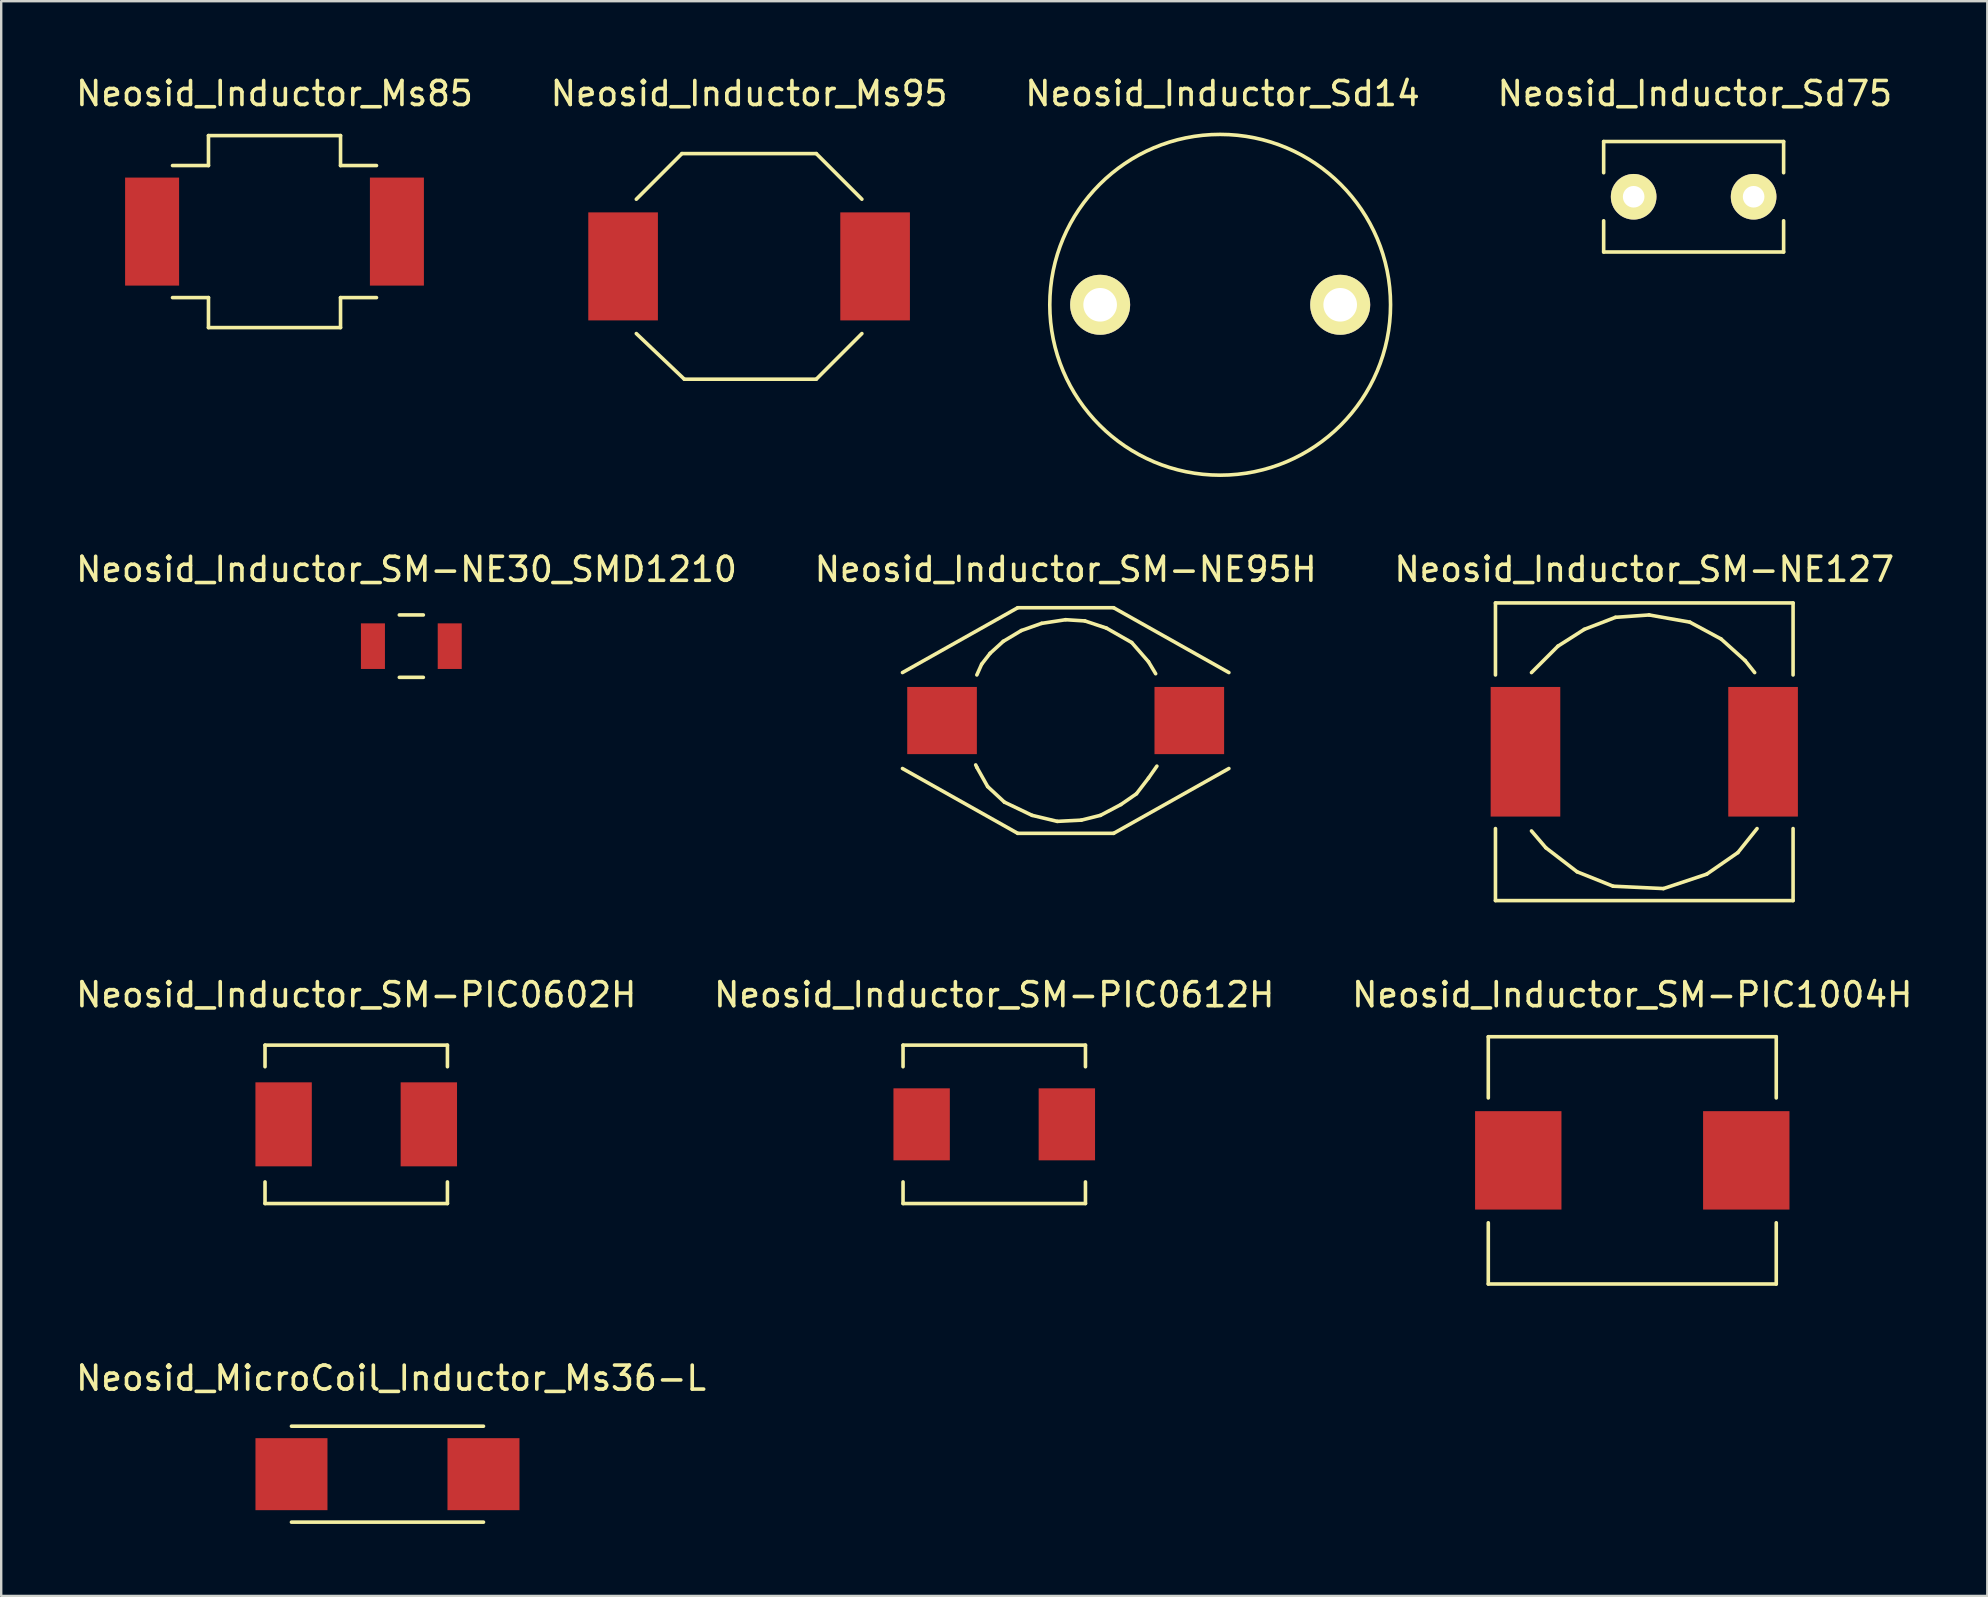
<source format=kicad_pcb>
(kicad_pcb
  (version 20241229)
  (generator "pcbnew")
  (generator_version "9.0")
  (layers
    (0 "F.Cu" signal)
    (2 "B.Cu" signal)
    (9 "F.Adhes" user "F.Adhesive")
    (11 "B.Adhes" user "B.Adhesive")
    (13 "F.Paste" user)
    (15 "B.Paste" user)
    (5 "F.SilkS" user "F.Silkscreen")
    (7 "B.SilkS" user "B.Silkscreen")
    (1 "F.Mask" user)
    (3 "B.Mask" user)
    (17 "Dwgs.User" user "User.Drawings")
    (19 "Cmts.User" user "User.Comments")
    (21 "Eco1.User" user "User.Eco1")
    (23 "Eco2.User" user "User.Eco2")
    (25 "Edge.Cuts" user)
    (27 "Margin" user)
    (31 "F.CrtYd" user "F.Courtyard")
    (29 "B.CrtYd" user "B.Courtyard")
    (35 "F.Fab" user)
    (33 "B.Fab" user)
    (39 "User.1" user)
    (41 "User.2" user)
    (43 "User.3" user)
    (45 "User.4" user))
  (footprint "Neosid_Inductor_SM-NE95H"
    (layer "F.Cu")
    (at 41.351 26.971)
    (property "Reference" "Neosid_Inductor_SM-NE95H" (at 0 -6.299 0) (layer "F.SilkS") (effects (font (size 1 1) (thickness 0.15))))
    (attr smd)
    (fp_line (start -3.701 -1.9) (end -3.5 -2.349) (stroke (width 0.15) (type solid)) (layer "F.SilkS"))
    (fp_line (start -3.701 1.951) (end -3.749 1.849) (stroke (width 0.15) (type solid)) (layer "F.SilkS"))
    (fp_line (start -3.5 -2.349) (end -3.15 -2.799) (stroke (width 0.15) (type solid)) (layer "F.SilkS"))
    (fp_line (start -3.251 2.751) (end -3.701 1.951) (stroke (width 0.15) (type solid)) (layer "F.SilkS"))
    (fp_line (start -3.15 -2.799) (end -2.601 -3.299) (stroke (width 0.15) (type solid)) (layer "F.SilkS"))
    (fp_line (start -2.601 -3.299) (end -1.849 -3.749) (stroke (width 0.15) (type solid)) (layer "F.SilkS"))
    (fp_line (start -2.55 3.401) (end -3.251 2.751) (stroke (width 0.15) (type solid)) (layer "F.SilkS"))
    (fp_line (start -1.999 -4.699) (end -6.8 -1.999) (stroke (width 0.15) (type solid)) (layer "F.SilkS"))
    (fp_line (start -1.999 4.699) (end -6.8 1.999) (stroke (width 0.15) (type solid)) (layer "F.SilkS"))
    (fp_line (start -1.849 -3.749) (end -1.001 -4.049) (stroke (width 0.15) (type solid)) (layer "F.SilkS"))
    (fp_line (start -1.4 3.95) (end -2.55 3.401) (stroke (width 0.15) (type solid)) (layer "F.SilkS"))
    (fp_line (start -1.001 -4.049) (end 0 -4.201) (stroke (width 0.15) (type solid)) (layer "F.SilkS"))
    (fp_line (start -0.351 4.201) (end -1.4 3.95) (stroke (width 0.15) (type solid)) (layer "F.SilkS"))
    (fp_line (start 0 -4.201) (end 0.8 -4.15) (stroke (width 0.15) (type solid)) (layer "F.SilkS"))
    (fp_line (start 0.65 4.15) (end -0.351 4.201) (stroke (width 0.15) (type solid)) (layer "F.SilkS"))
    (fp_line (start 0.8 -4.15) (end 1.699 -3.851) (stroke (width 0.15) (type solid)) (layer "F.SilkS"))
    (fp_line (start 1.45 3.95) (end 0.65 4.15) (stroke (width 0.15) (type solid)) (layer "F.SilkS"))
    (fp_line (start 1.699 -3.851) (end 2.751 -3.251) (stroke (width 0.15) (type solid)) (layer "F.SilkS"))
    (fp_line (start 1.999 -4.699) (end -1.999 -4.699) (stroke (width 0.15) (type solid)) (layer "F.SilkS"))
    (fp_line (start 1.999 4.699) (end -1.999 4.699) (stroke (width 0.15) (type solid)) (layer "F.SilkS"))
    (fp_line (start 2.301 3.5) (end 1.45 3.95) (stroke (width 0.15) (type solid)) (layer "F.SilkS"))
    (fp_line (start 2.751 -3.251) (end 3.449 -2.451) (stroke (width 0.15) (type solid)) (layer "F.SilkS"))
    (fp_line (start 2.949 3.051) (end 2.301 3.5) (stroke (width 0.15) (type solid)) (layer "F.SilkS"))
    (fp_line (start 3.449 -2.451) (end 3.749 -1.951) (stroke (width 0.15) (type solid)) (layer "F.SilkS"))
    (fp_line (start 3.449 2.4) (end 2.949 3.051) (stroke (width 0.15) (type solid)) (layer "F.SilkS"))
    (fp_line (start 3.8 1.9) (end 3.449 2.4) (stroke (width 0.15) (type solid)) (layer "F.SilkS"))
    (fp_line (start 6.8 -1.999) (end 1.999 -4.699) (stroke (width 0.15) (type solid)) (layer "F.SilkS"))
    (fp_line (start 6.8 1.999) (end 1.999 4.699) (stroke (width 0.15) (type solid)) (layer "F.SilkS"))
    (pad "1" smd rect (at -5.151 0) (size 2.901 2.799) (layers "F.Cu" "F.Mask" "F.Paste"))
    (pad "2" smd rect (at 5.151 0) (size 2.901 2.799) (layers "F.Cu" "F.Mask" "F.Paste")))
  (footprint "Neosid_Inductor_SM-PIC1004H"
    (layer "F.Cu")
    (at 64.958 45.296)
    (property "Reference" "Neosid_Inductor_SM-PIC1004H" (at 0 -6.901 0) (layer "F.SilkS") (effects (font (size 1 1) (thickness 0.15))))
    (attr smd)
    (fp_line (start -5.999 -5.151) (end -5.999 -2.601) (stroke (width 0.15) (type solid)) (layer "F.SilkS"))
    (fp_line (start -5.999 2.601) (end -5.999 5.151) (stroke (width 0.15) (type solid)) (layer "F.SilkS"))
    (fp_line (start -5.999 5.151) (end 5.999 5.151) (stroke (width 0.15) (type solid)) (layer "F.SilkS"))
    (fp_line (start 5.999 -5.151) (end -5.999 -5.151) (stroke (width 0.15) (type solid)) (layer "F.SilkS"))
    (fp_line (start 5.999 -2.601) (end 5.999 -5.151) (stroke (width 0.15) (type solid)) (layer "F.SilkS"))
    (fp_line (start 5.999 5.151) (end 5.999 2.601) (stroke (width 0.15) (type solid)) (layer "F.SilkS"))
    (pad "1" smd rect (at -4.75 0) (size 3.599 4.1) (layers "F.Cu" "F.Mask" "F.Paste"))
    (pad "2" smd rect (at 4.75 0) (size 3.599 4.1) (layers "F.Cu" "F.Mask" "F.Paste")))
  (footprint "Neosid_Inductor_SM-PIC0602H"
    (layer "F.Cu")
    (at 11.792 43.795)
    (property "Reference" "Neosid_Inductor_SM-PIC0602H" (at 0 -5.4 0) (layer "F.SilkS") (effects (font (size 1 1) (thickness 0.15))))
    (attr smd)
    (fp_line (start -3.8 -3.299) (end -3.8 -2.4) (stroke (width 0.15) (type solid)) (layer "F.SilkS"))
    (fp_line (start -3.8 2.4) (end -3.8 3.299) (stroke (width 0.15) (type solid)) (layer "F.SilkS"))
    (fp_line (start -3.8 3.299) (end 3.8 3.299) (stroke (width 0.15) (type solid)) (layer "F.SilkS"))
    (fp_line (start 3.8 -3.299) (end -3.8 -3.299) (stroke (width 0.15) (type solid)) (layer "F.SilkS"))
    (fp_line (start 3.8 -2.4) (end 3.8 -3.299) (stroke (width 0.15) (type solid)) (layer "F.SilkS"))
    (fp_line (start 3.8 3.299) (end 3.8 2.4) (stroke (width 0.15) (type solid)) (layer "F.SilkS"))
    (pad "1" smd rect (at -3.025 0) (size 2.349 3.5) (layers "F.Cu" "F.Mask" "F.Paste"))
    (pad "2" smd rect (at 3.025 0) (size 2.349 3.5) (layers "F.Cu" "F.Mask" "F.Paste")))
  (footprint "Neosid_Inductor_Sd14"
    (layer "F.Cu")
    (at 47.788 9.649)
    (property "Reference" "Neosid_Inductor_Sd14" (at 0.099 -8.801 0) (layer "F.SilkS") (effects (font (size 1 1) (thickness 0.15))))
    (attr through_hole)
    (fp_circle (center 0 0) (end 7.099 0) (stroke (width 0.15) (type solid)) (fill no) (layer "F.SilkS"))
    (pad "1" thru_hole circle (at -5.001 0) (size 2.499 2.499) (drill 1.4) (layers "*.Cu" "*.Mask" "F.SilkS"))
    (pad "2" thru_hole circle (at 5.001 0) (size 2.499 2.499) (drill 1.4) (layers "*.Cu" "*.Mask" "F.SilkS")))
  (footprint "Neosid_Inductor_SM-NE30_SMD1210"
    (layer "F.Cu")
    (at 14.088 23.872)
    (property "Reference" "Neosid_Inductor_SM-NE30_SMD1210" (at -0.201 -3.2 0) (layer "F.SilkS") (effects (font (size 1 1) (thickness 0.15))))
    (attr smd)
    (fp_line (start 0.5 -1.3) (end -0.5 -1.3) (stroke (width 0.15) (type solid)) (layer "F.SilkS"))
    (fp_line (start 0.5 1.3) (end -0.5 1.3) (stroke (width 0.15) (type solid)) (layer "F.SilkS"))
    (pad "1" smd rect (at -1.6 0) (size 1.001 1.9) (layers "F.Cu" "F.Mask" "F.Paste"))
    (pad "2" smd rect (at 1.6 0) (size 1.001 1.9) (layers "F.Cu" "F.Mask" "F.Paste")))
  (footprint "Neosid_Inductor_SM-PIC0612H"
    (layer "F.Cu")
    (at 38.375 43.795)
    (property "Reference" "Neosid_Inductor_SM-PIC0612H" (at 0 -5.4 0) (layer "F.SilkS") (effects (font (size 1 1) (thickness 0.15))))
    (attr smd)
    (fp_line (start -3.8 -3.299) (end -3.8 -2.4) (stroke (width 0.15) (type solid)) (layer "F.SilkS"))
    (fp_line (start -3.8 2.4) (end -3.8 3.299) (stroke (width 0.15) (type solid)) (layer "F.SilkS"))
    (fp_line (start -3.8 3.299) (end 3.8 3.299) (stroke (width 0.15) (type solid)) (layer "F.SilkS"))
    (fp_line (start 3.8 -3.299) (end -3.8 -3.299) (stroke (width 0.15) (type solid)) (layer "F.SilkS"))
    (fp_line (start 3.8 -2.4) (end 3.8 -3.299) (stroke (width 0.15) (type solid)) (layer "F.SilkS"))
    (fp_line (start 3.8 3.299) (end 3.8 2.4) (stroke (width 0.15) (type solid)) (layer "F.SilkS"))
    (pad "1" smd rect (at -3.025 0) (size 2.349 3) (layers "F.Cu" "F.Mask" "F.Paste"))
    (pad "2" smd rect (at 3.025 0) (size 2.349 3) (layers "F.Cu" "F.Mask" "F.Paste")))
  (footprint "Neosid_Inductor_Sd75"
    (layer "F.Cu")
    (at 67.515 5.148)
    (property "Reference" "Neosid_Inductor_Sd75" (at 0.051 -4.3 0) (layer "F.SilkS") (effects (font (size 1 1) (thickness 0.15))))
    (attr through_hole)
    (fp_line (start -3.749 -2.301) (end -3.749 -1.001) (stroke (width 0.15) (type solid)) (layer "F.SilkS"))
    (fp_line (start -3.749 1.001) (end -3.749 2.301) (stroke (width 0.15) (type solid)) (layer "F.SilkS"))
    (fp_line (start 3.749 -2.301) (end -3.749 -2.301) (stroke (width 0.15) (type solid)) (layer "F.SilkS"))
    (fp_line (start 3.749 -2.301) (end 3.749 -1.001) (stroke (width 0.15) (type solid)) (layer "F.SilkS"))
    (fp_line (start 3.749 1.001) (end 3.749 2.301) (stroke (width 0.15) (type solid)) (layer "F.SilkS"))
    (fp_line (start 3.749 2.301) (end -3.749 2.301) (stroke (width 0.15) (type solid)) (layer "F.SilkS"))
    (pad "1" thru_hole circle (at -2.499 0) (size 1.9 1.9) (drill 0.899) (layers "*.Cu" "*.Mask" "F.SilkS"))
    (pad "2" thru_hole circle (at 2.499 0) (size 1.9 1.9) (drill 0.899) (layers "*.Cu" "*.Mask" "F.SilkS")))
  (footprint "Neosid_Inductor_Ms85"
    (layer "F.Cu")
    (at 8.387 6.599)
    (property "Reference" "Neosid_Inductor_Ms85" (at 0 -5.751 0) (layer "F.SilkS") (effects (font (size 1 1) (thickness 0.15))))
    (attr smd)
    (fp_line (start -4.249 2.751) (end -2.751 2.751) (stroke (width 0.15) (type solid)) (layer "F.SilkS"))
    (fp_line (start -2.751 -4) (end -2.751 -2.751) (stroke (width 0.15) (type solid)) (layer "F.SilkS"))
    (fp_line (start -2.751 -2.751) (end -4.249 -2.751) (stroke (width 0.15) (type solid)) (layer "F.SilkS"))
    (fp_line (start -2.751 2.751) (end -2.751 4) (stroke (width 0.15) (type solid)) (layer "F.SilkS"))
    (fp_line (start -2.751 4) (end 2.751 4) (stroke (width 0.15) (type solid)) (layer "F.SilkS"))
    (fp_line (start 2.751 -4) (end -2.751 -4) (stroke (width 0.15) (type solid)) (layer "F.SilkS"))
    (fp_line (start 2.751 -2.751) (end 2.751 -4) (stroke (width 0.15) (type solid)) (layer "F.SilkS"))
    (fp_line (start 2.751 2.751) (end 4.249 2.751) (stroke (width 0.15) (type solid)) (layer "F.SilkS"))
    (fp_line (start 2.751 4) (end 2.751 2.751) (stroke (width 0.15) (type solid)) (layer "F.SilkS"))
    (fp_line (start 4.249 -2.751) (end 2.751 -2.751) (stroke (width 0.15) (type solid)) (layer "F.SilkS"))
    (pad "1" smd rect (at -5.1 0) (size 2.25 4.501) (layers "F.Cu" "F.Mask" "F.Paste"))
    (pad "2" smd rect (at 5.1 0) (size 2.25 4.501) (layers "F.Cu" "F.Mask" "F.Paste")))
  (footprint "Neosid_Inductor_Ms95"
    (layer "F.Cu")
    (at 28.161 8.049)
    (property "Reference" "Neosid_Inductor_Ms95" (at 0 -7.201 0) (layer "F.SilkS") (effects (font (size 1 1) (thickness 0.15))))
    (attr smd)
    (fp_line (start -2.799 -4.699) (end -4.699 -2.799) (stroke (width 0.15) (type solid)) (layer "F.SilkS"))
    (fp_line (start -2.7 4.699) (end -4.699 2.799) (stroke (width 0.15) (type solid)) (layer "F.SilkS"))
    (fp_line (start 2.799 -4.699) (end -2.799 -4.699) (stroke (width 0.15) (type solid)) (layer "F.SilkS"))
    (fp_line (start 2.799 4.699) (end -2.7 4.699) (stroke (width 0.15) (type solid)) (layer "F.SilkS"))
    (fp_line (start 4.699 -2.799) (end 2.799 -4.699) (stroke (width 0.15) (type solid)) (layer "F.SilkS"))
    (fp_line (start 4.699 2.799) (end 2.799 4.699) (stroke (width 0.15) (type solid)) (layer "F.SilkS"))
    (pad "1" smd rect (at -5.25 0) (size 2.901 4.501) (layers "F.Cu" "F.Mask" "F.Paste"))
    (pad "2" smd rect (at 5.25 0) (size 2.901 4.501) (layers "F.Cu" "F.Mask" "F.Paste")))
  (footprint "Neosid_Inductor_SM-NE127"
    (layer "F.Cu")
    (at 65.458 28.272)
    (property "Reference" "Neosid_Inductor_SM-NE127" (at 0 -7.6 0) (layer "F.SilkS") (effects (font (size 1 1) (thickness 0.15))))
    (attr smd)
    (fp_line (start -6.2 -6.2) (end -6.2 -3.2) (stroke (width 0.15) (type solid)) (layer "F.SilkS"))
    (fp_line (start -6.2 3.2) (end -6.2 6.2) (stroke (width 0.15) (type solid)) (layer "F.SilkS"))
    (fp_line (start -6.2 6.2) (end 6.2 6.2) (stroke (width 0.15) (type solid)) (layer "F.SilkS"))
    (fp_line (start -4.699 3.299) (end -4.1 4) (stroke (width 0.15) (type solid)) (layer "F.SilkS"))
    (fp_line (start -4.1 4) (end -2.799 5.001) (stroke (width 0.15) (type solid)) (layer "F.SilkS"))
    (fp_line (start -3.599 -4.399) (end -4.699 -3.299) (stroke (width 0.15) (type solid)) (layer "F.SilkS"))
    (fp_line (start -2.799 5.001) (end -1.3 5.601) (stroke (width 0.15) (type solid)) (layer "F.SilkS"))
    (fp_line (start -2.499 -5.1) (end -3.599 -4.399) (stroke (width 0.15) (type solid)) (layer "F.SilkS"))
    (fp_line (start -1.3 5.601) (end 0.8 5.7) (stroke (width 0.15) (type solid)) (layer "F.SilkS"))
    (fp_line (start -1.199 -5.601) (end -2.499 -5.1) (stroke (width 0.15) (type solid)) (layer "F.SilkS"))
    (fp_line (start 0.201 -5.7) (end -1.199 -5.601) (stroke (width 0.15) (type solid)) (layer "F.SilkS"))
    (fp_line (start 0.8 5.7) (end 2.601 5.1) (stroke (width 0.15) (type solid)) (layer "F.SilkS"))
    (fp_line (start 1.9 -5.4) (end 0.201 -5.7) (stroke (width 0.15) (type solid)) (layer "F.SilkS"))
    (fp_line (start 2.601 5.1) (end 3.899 4.201) (stroke (width 0.15) (type solid)) (layer "F.SilkS"))
    (fp_line (start 3.2 -4.699) (end 1.9 -5.4) (stroke (width 0.15) (type solid)) (layer "F.SilkS"))
    (fp_line (start 3.899 4.201) (end 4.699 3.2) (stroke (width 0.15) (type solid)) (layer "F.SilkS"))
    (fp_line (start 4.201 -3.8) (end 3.2 -4.699) (stroke (width 0.15) (type solid)) (layer "F.SilkS"))
    (fp_line (start 4.6 -3.299) (end 4.201 -3.8) (stroke (width 0.15) (type solid)) (layer "F.SilkS"))
    (fp_line (start 6.2 -6.2) (end -6.2 -6.2) (stroke (width 0.15) (type solid)) (layer "F.SilkS"))
    (fp_line (start 6.2 -3.2) (end 6.2 -6.2) (stroke (width 0.15) (type solid)) (layer "F.SilkS"))
    (fp_line (start 6.2 6.2) (end 6.2 3.2) (stroke (width 0.15) (type solid)) (layer "F.SilkS"))
    (pad "1" smd rect (at -4.95 0) (size 2.901 5.4) (layers "F.Cu" "F.Mask" "F.Paste"))
    (pad "2" smd rect (at 4.95 0) (size 2.901 5.4) (layers "F.Cu" "F.Mask" "F.Paste")))
  (footprint "Neosid_MicroCoil_Inductor_Ms36-L"
    (layer "F.Cu")
    (at 13.094 58.371)
    (property "Reference" "Neosid_MicroCoil_Inductor_Ms36-L" (at 0.15 -4 0) (layer "F.SilkS") (effects (font (size 1 1) (thickness 0.15))))
    (attr smd)
    (fp_line (start 4 -1.999) (end -4 -1.999) (stroke (width 0.15) (type solid)) (layer "F.SilkS"))
    (fp_line (start 4 1.999) (end -4 1.999) (stroke (width 0.15) (type solid)) (layer "F.SilkS"))
    (pad "1" smd rect (at -4 0) (size 3 3) (layers "F.Cu" "F.Mask" "F.Paste"))
    (pad "2" smd rect (at 4 0) (size 3 3) (layers "F.Cu" "F.Mask" "F.Paste")))
  (gr_rect
    (start -3 -3)
    (end 79.75 63.445)
    (stroke (width 0.1) (type default))
    (fill no)
    (layer "Edge.Cuts")))
</source>
